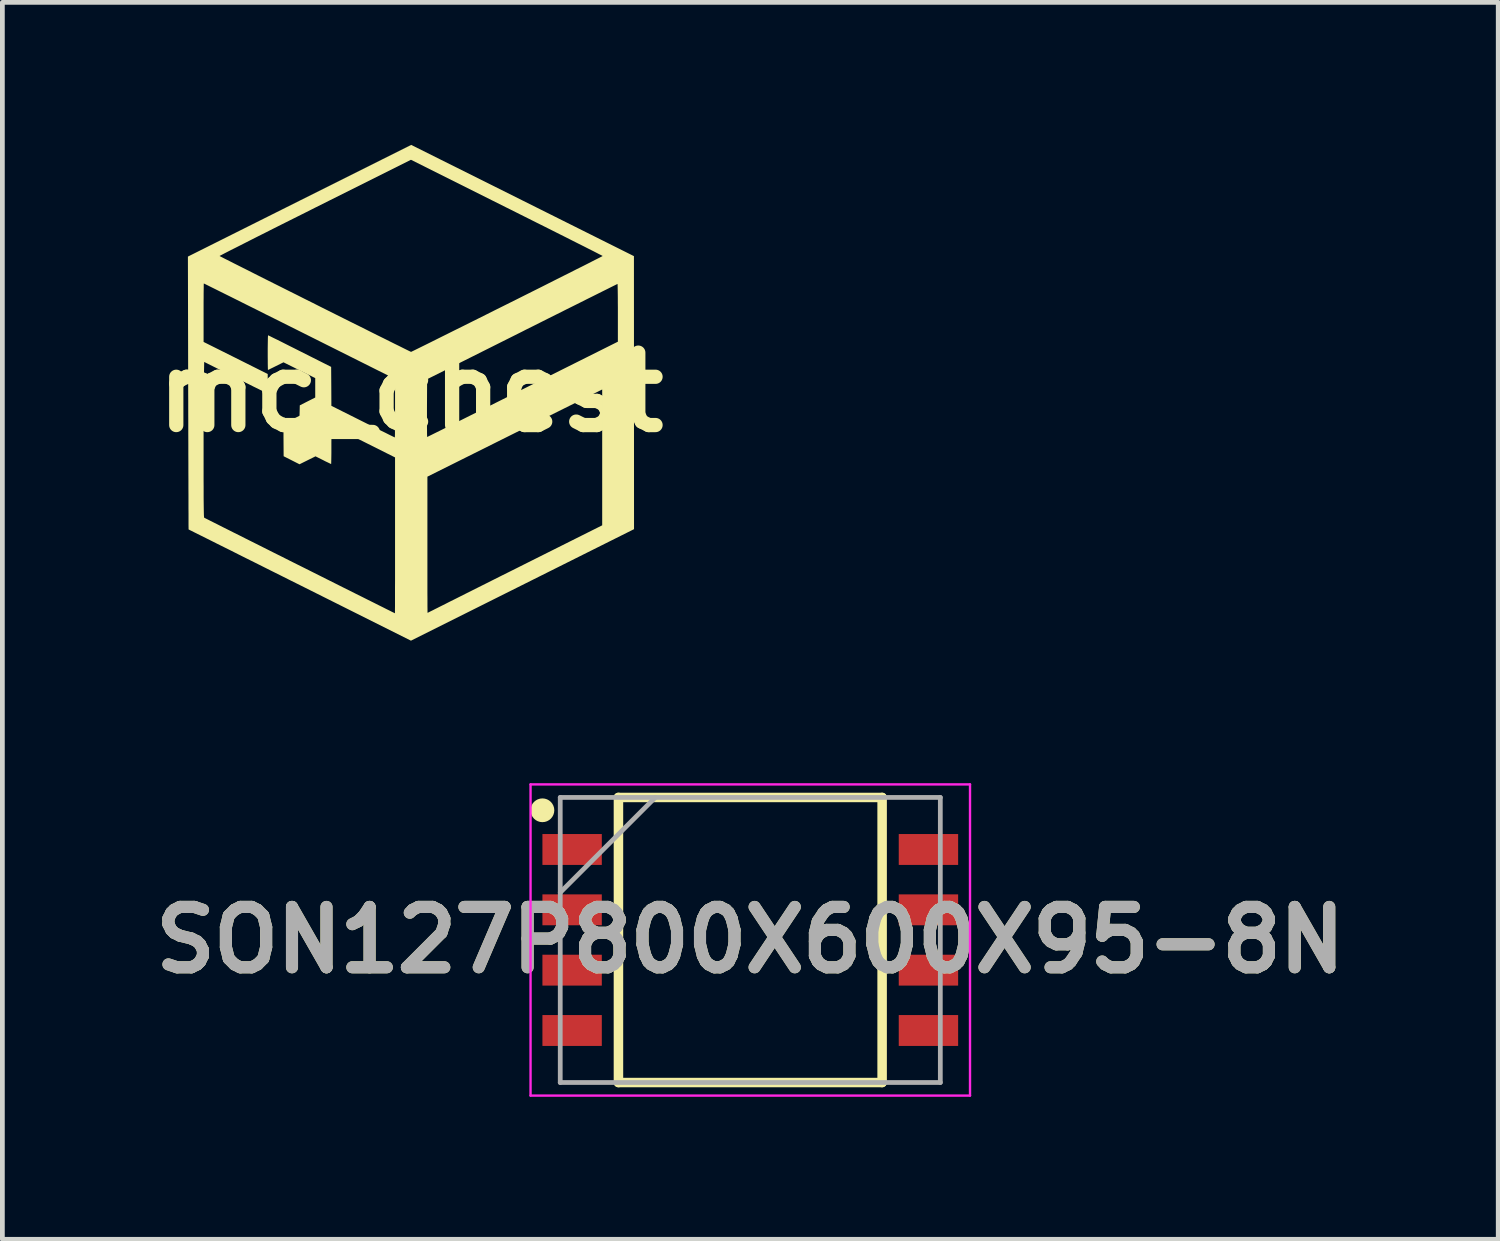
<source format=kicad_pcb>
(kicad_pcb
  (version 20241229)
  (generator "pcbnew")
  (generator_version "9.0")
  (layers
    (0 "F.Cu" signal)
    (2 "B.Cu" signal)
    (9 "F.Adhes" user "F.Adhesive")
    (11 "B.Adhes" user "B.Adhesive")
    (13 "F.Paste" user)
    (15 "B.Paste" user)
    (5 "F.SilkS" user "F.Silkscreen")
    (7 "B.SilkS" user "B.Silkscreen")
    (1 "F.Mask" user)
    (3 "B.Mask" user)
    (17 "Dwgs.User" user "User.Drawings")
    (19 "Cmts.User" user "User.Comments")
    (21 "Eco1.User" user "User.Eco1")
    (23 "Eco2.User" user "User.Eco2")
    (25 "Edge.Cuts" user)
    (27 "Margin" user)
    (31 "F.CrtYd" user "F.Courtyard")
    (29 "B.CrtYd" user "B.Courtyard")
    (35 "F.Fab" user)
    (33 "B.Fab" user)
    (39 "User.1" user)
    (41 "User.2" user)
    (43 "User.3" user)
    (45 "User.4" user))
  (footprint "mc_chest"
    (layer "F.Cu")
    (at 5.595 5.207)
    (property "Reference" "mc_chest" (at 0 0 0) (layer "F.SilkS") (effects (font (size 1.524 1.524) (thickness 0.3))))
    (attr board_only exclude_from_pos_files exclude_from_bom)
    (fp_poly (pts (xy 2.354 -4.037) (xy 4.698 -2.866) (xy 4.699 0.007) (xy 4.7 2.881) (xy 0.005 5.228) (xy -2.335 4.057) (xy -2.538 3.956) (xy -2.737 3.856) (xy -2.93 3.76) (xy -3.117 3.666) (xy -3.297 3.576) (xy -3.47 3.49) (xy -3.634 3.408) (xy -3.788 3.33) (xy -3.933 3.258) (xy -4.068 3.191) (xy -4.191 3.129) (xy -4.301 3.074) (xy -4.399 3.025) (xy -4.484 2.983) (xy -4.554 2.948) (xy -4.609 2.92) (xy -4.648 2.901) (xy -4.67 2.889) (xy -4.676 2.887) (xy -4.676 2.877) (xy -4.676 2.847) (xy -4.677 2.8) (xy -4.677 2.735) (xy -4.677 2.653) (xy -4.677 2.555) (xy -4.678 2.441) (xy -4.678 2.313) (xy -4.678 2.172) (xy -4.679 2.018) (xy -4.679 1.851) (xy -4.68 1.673) (xy -4.68 1.485) (xy -4.681 1.287) (xy -4.681 1.08) (xy -4.682 0.865) (xy -4.682 0.642) (xy -4.683 0.413) (xy -4.683 0.178) (xy -4.684 0.015) (xy -4.686 -1.06) (xy -4.36 -1.06) (xy -3.685 -0.723) (xy -3.01 -0.385) (xy -3.01 -0.183) (xy -3.01 -0.108) (xy -3.012 -0.05) (xy -3.014 -0.008) (xy -3.017 0.015) (xy -3.02 0.02) (xy -3.03 0.016) (xy -3.057 0.003) (xy -3.099 -0.017) (xy -3.155 -0.044) (xy -3.222 -0.078) (xy -3.301 -0.116) (xy -3.388 -0.16) (xy -3.484 -0.207) (xy -3.586 -0.258) (xy -3.688 -0.309) (xy -4.347 -0.639) (xy -4.353 -0.332) (xy -4.354 -0.283) (xy -4.355 -0.216) (xy -4.356 -0.132) (xy -4.356 -0.033) (xy -4.357 0.08) (xy -4.358 0.206) (xy -4.358 0.342) (xy -4.359 0.487) (xy -4.359 0.64) (xy -4.36 0.799) (xy -4.36 0.962) (xy -4.36 1.129) (xy -4.36 1.296) (xy -4.36 1.302) (xy -4.36 1.499) (xy -4.36 1.677) (xy -4.36 1.836) (xy -4.359 1.979) (xy -4.359 2.104) (xy -4.359 2.214) (xy -4.358 2.309) (xy -4.357 2.39) (xy -4.356 2.458) (xy -4.355 2.514) (xy -4.354 2.558) (xy -4.353 2.592) (xy -4.351 2.616) (xy -4.35 2.631) (xy -4.348 2.638) (xy -4.347 2.639) (xy -4.338 2.644) (xy -4.311 2.658) (xy -4.269 2.679) (xy -4.212 2.708) (xy -4.14 2.744) (xy -4.056 2.786) (xy -3.96 2.835) (xy -3.852 2.889) (xy -3.735 2.948) (xy -3.608 3.011) (xy -3.474 3.079) (xy -3.332 3.15) (xy -3.184 3.224) (xy -3.031 3.301) (xy -2.874 3.38) (xy -2.713 3.46) (xy -2.551 3.542) (xy -2.387 3.624) (xy -2.222 3.706) (xy -2.059 3.788) (xy -1.897 3.869) (xy -1.738 3.949) (xy -1.582 4.027) (xy -1.431 4.103) (xy -1.286 4.175) (xy -1.147 4.245) (xy -1.016 4.31) (xy -0.893 4.372) (xy -0.78 4.428) (xy -0.677 4.48) (xy -0.586 4.525) (xy -0.507 4.565) (xy -0.442 4.597) (xy -0.391 4.623) (xy -0.355 4.64) (xy -0.336 4.65) (xy -0.333 4.651) (xy -0.332 4.641) (xy -0.332 4.613) (xy -0.332 4.566) (xy -0.331 4.503) (xy -0.331 4.423) (xy -0.331 4.329) (xy -0.331 4.221) (xy -0.331 4.101) (xy -0.33 3.969) (xy -0.33 3.826) (xy -0.33 3.673) (xy -0.33 3.513) (xy -0.33 3.376) (xy 0.351 3.376) (xy 0.351 3.538) (xy 0.351 3.694) (xy 0.351 3.841) (xy 0.351 3.98) (xy 0.351 4.109) (xy 0.351 4.226) (xy 0.352 4.331) (xy 0.352 4.423) (xy 0.352 4.5) (xy 0.353 4.562) (xy 0.353 4.607) (xy 0.354 4.634) (xy 0.354 4.642) (xy 0.364 4.638) (xy 0.389 4.625) (xy 0.425 4.607) (xy 0.472 4.584) (xy 0.524 4.557) (xy 0.527 4.556) (xy 0.553 4.543) (xy 0.596 4.521) (xy 0.656 4.491) (xy 0.73 4.454) (xy 0.818 4.409) (xy 0.919 4.359) (xy 1.032 4.302) (xy 1.155 4.24) (xy 1.289 4.173) (xy 1.432 4.101) (xy 1.582 4.026) (xy 1.739 3.947) (xy 1.902 3.865) (xy 2.071 3.781) (xy 2.243 3.695) (xy 2.362 3.635) (xy 4.03 2.8) (xy 4.03 -0.059) (xy 2.191 0.858) (xy 0.351 1.776) (xy 0.351 3.209) (xy 0.351 3.376) (xy -0.33 3.376) (xy -0.33 3.344) (xy -0.33 3.169) (xy -0.33 3.011) (xy -0.33 1.371) (xy -0.99 1.04) (xy -1.097 0.987) (xy -1.199 0.936) (xy -1.295 0.889) (xy -1.382 0.845) (xy -1.46 0.807) (xy -1.527 0.774) (xy -1.583 0.747) (xy -1.624 0.727) (xy -1.65 0.714) (xy -1.66 0.71) (xy -1.663 0.72) (xy -1.665 0.75) (xy -1.667 0.799) (xy -1.669 0.866) (xy -1.669 0.952) (xy -1.67 1.056) (xy -1.67 1.11) (xy -1.67 1.198) (xy -1.67 1.278) (xy -1.671 1.35) (xy -1.672 1.412) (xy -1.673 1.46) (xy -1.674 1.493) (xy -1.675 1.509) (xy -1.675 1.511) (xy -1.685 1.506) (xy -1.71 1.494) (xy -1.747 1.476) (xy -1.794 1.454) (xy -1.842 1.429) (xy -2.004 1.348) (xy -2.341 1.515) (xy -2.675 1.346) (xy -2.678 0.938) (xy -2.678 0.826) (xy -2.678 0.732) (xy -2.677 0.655) (xy -2.676 0.596) (xy -2.674 0.555) (xy -2.672 0.534) (xy -2.67 0.53) (xy -2.659 0.534) (xy -2.632 0.546) (xy -2.594 0.564) (xy -2.547 0.587) (xy -2.503 0.609) (xy -2.345 0.688) (xy -2.335 0.275) (xy -2.172 0.192) (xy -2.01 0.11) (xy -2.01 -0.299) (xy -2.344 -0.465) (xy -2.678 -0.631) (xy -2.839 -0.551) (xy -2.891 -0.525) (xy -2.936 -0.503) (xy -2.972 -0.485) (xy -2.996 -0.474) (xy -3.005 -0.47) (xy -3.006 -0.48) (xy -3.007 -0.507) (xy -3.008 -0.55) (xy -3.009 -0.607) (xy -3.009 -0.674) (xy -3.01 -0.751) (xy -3.01 -0.834) (xy -3.01 -0.835) (xy -3.01 -0.919) (xy -3.009 -0.995) (xy -3.008 -1.063) (xy -3.007 -1.119) (xy -3.006 -1.162) (xy -3.004 -1.19) (xy -3.003 -1.2) (xy -3.002 -1.2) (xy -2.993 -1.195) (xy -2.966 -1.183) (xy -2.925 -1.162) (xy -2.87 -1.135) (xy -2.802 -1.102) (xy -2.724 -1.063) (xy -2.637 -1.019) (xy -2.542 -0.971) (xy -2.44 -0.92) (xy -2.335 -0.867) (xy -1.675 -0.535) (xy -1.672 -0.125) (xy -1.67 0.285) (xy -1.005 0.618) (xy -0.897 0.672) (xy -0.795 0.723) (xy -0.7 0.77) (xy -0.612 0.814) (xy -0.534 0.852) (xy -0.467 0.886) (xy -0.412 0.913) (xy -0.371 0.933) (xy -0.345 0.946) (xy -0.335 0.95) (xy -0.335 0.95) (xy -0.334 0.941) (xy -0.333 0.913) (xy -0.332 0.868) (xy -0.332 0.809) (xy -0.331 0.736) (xy -0.331 0.652) (xy -0.33 0.558) (xy -0.33 0.543) (xy 0.342 0.543) (xy 0.342 0.637) (xy 0.342 0.722) (xy 0.343 0.795) (xy 0.343 0.855) (xy 0.344 0.901) (xy 0.345 0.93) (xy 0.346 0.94) (xy 0.346 0.94) (xy 0.356 0.936) (xy 0.382 0.923) (xy 0.425 0.902) (xy 0.483 0.873) (xy 0.556 0.837) (xy 0.643 0.794) (xy 0.743 0.744) (xy 0.855 0.688) (xy 0.979 0.626) (xy 1.113 0.559) (xy 1.257 0.487) (xy 1.41 0.411) (xy 1.572 0.33) (xy 1.74 0.246) (xy 1.916 0.158) (xy 2.097 0.067) (xy 2.283 -0.026) (xy 2.356 -0.063) (xy 4.36 -1.065) (xy 4.36 -1.673) (xy 4.36 -1.781) (xy 4.359 -1.883) (xy 4.359 -1.978) (xy 4.358 -2.062) (xy 4.357 -2.135) (xy 4.356 -2.195) (xy 4.355 -2.241) (xy 4.354 -2.27) (xy 4.353 -2.28) (xy 4.353 -2.28) (xy 4.343 -2.276) (xy 4.316 -2.263) (xy 4.274 -2.242) (xy 4.215 -2.213) (xy 4.142 -2.176) (xy 4.055 -2.133) (xy 3.955 -2.083) (xy 3.843 -2.027) (xy 3.72 -1.966) (xy 3.585 -1.898) (xy 3.441 -1.826) (xy 3.288 -1.75) (xy 3.127 -1.669) (xy 2.958 -1.585) (xy 2.783 -1.497) (xy 2.602 -1.406) (xy 2.415 -1.313) (xy 2.345 -1.277) (xy 0.345 -0.275) (xy 0.342 0.333) (xy 0.342 0.441) (xy 0.342 0.543) (xy -0.33 0.543) (xy -0.33 0.456) (xy -0.33 0.348) (xy -0.33 0.335) (xy -0.33 -0.28) (xy -2.34 -1.286) (xy -2.528 -1.38) (xy -2.712 -1.472) (xy -2.89 -1.561) (xy -3.062 -1.646) (xy -3.226 -1.729) (xy -3.383 -1.807) (xy -3.531 -1.881) (xy -3.669 -1.95) (xy -3.797 -2.014) (xy -3.914 -2.072) (xy -4.019 -2.124) (xy -4.111 -2.17) (xy -4.19 -2.209) (xy -4.254 -2.241) (xy -4.304 -2.266) (xy -4.337 -2.282) (xy -4.353 -2.29) (xy -4.355 -2.291) (xy -4.356 -2.281) (xy -4.357 -2.253) (xy -4.357 -2.209) (xy -4.358 -2.149) (xy -4.359 -2.076) (xy -4.359 -1.992) (xy -4.36 -1.898) (xy -4.36 -1.796) (xy -4.36 -1.688) (xy -4.36 -1.676) (xy -4.36 -1.06) (xy -4.686 -1.06) (xy -4.69 -2.856) (xy -4.665 -2.869) (xy -4.023 -2.869) (xy -4.014 -2.863) (xy -3.988 -2.85) (xy -3.946 -2.828) (xy -3.889 -2.799) (xy -3.817 -2.763) (xy -3.733 -2.72) (xy -3.637 -2.672) (xy -3.53 -2.618) (xy -3.412 -2.559) (xy -3.286 -2.495) (xy -3.151 -2.427) (xy -3.01 -2.356) (xy -2.862 -2.282) (xy -2.708 -2.205) (xy -2.551 -2.126) (xy -2.39 -2.046) (xy -2.228 -1.964) (xy -2.063 -1.882) (xy -1.899 -1.799) (xy -1.735 -1.717) (xy -1.573 -1.636) (xy -1.413 -1.556) (xy -1.257 -1.478) (xy -1.105 -1.403) (xy -0.959 -1.33) (xy -0.82 -1.26) (xy -0.688 -1.194) (xy -0.564 -1.133) (xy -0.45 -1.076) (xy -0.346 -1.024) (xy -0.254 -0.979) (xy -0.174 -0.939) (xy -0.108 -0.906) (xy -0.055 -0.88) (xy -0.018 -0.862) (xy 0.002 -0.853) (xy 0.007 -0.851) (xy 0.017 -0.855) (xy 0.044 -0.868) (xy 0.087 -0.889) (xy 0.146 -0.918) (xy 0.219 -0.954) (xy 0.306 -0.997) (xy 0.407 -1.047) (xy 0.519 -1.103) (xy 0.643 -1.165) (xy 0.778 -1.232) (xy 0.922 -1.304) (xy 1.076 -1.38) (xy 1.238 -1.461) (xy 1.407 -1.545) (xy 1.583 -1.633) (xy 1.764 -1.724) (xy 1.951 -1.817) (xy 2.029 -1.856) (xy 2.218 -1.95) (xy 2.401 -2.042) (xy 2.579 -2.131) (xy 2.751 -2.217) (xy 2.915 -2.3) (xy 3.072 -2.379) (xy 3.219 -2.453) (xy 3.358 -2.522) (xy 3.485 -2.587) (xy 3.602 -2.645) (xy 3.707 -2.698) (xy 3.799 -2.745) (xy 3.877 -2.785) (xy 3.941 -2.817) (xy 3.99 -2.842) (xy 4.022 -2.859) (xy 4.038 -2.868) (xy 4.04 -2.869) (xy 4.031 -2.874) (xy 4.005 -2.888) (xy 3.963 -2.909) (xy 3.905 -2.939) (xy 3.833 -2.976) (xy 3.747 -3.019) (xy 3.647 -3.07) (xy 3.535 -3.126) (xy 3.412 -3.188) (xy 3.278 -3.256) (xy 3.134 -3.328) (xy 2.981 -3.405) (xy 2.82 -3.486) (xy 2.651 -3.57) (xy 2.476 -3.658) (xy 2.294 -3.749) (xy 2.107 -3.843) (xy 2.022 -3.885) (xy 0.005 -4.894) (xy -2.012 -3.886) (xy -2.2 -3.791) (xy -2.384 -3.699) (xy -2.562 -3.61) (xy -2.734 -3.524) (xy -2.899 -3.441) (xy -3.055 -3.362) (xy -3.203 -3.288) (xy -3.341 -3.218) (xy -3.469 -3.153) (xy -3.585 -3.094) (xy -3.69 -3.041) (xy -3.782 -2.995) (xy -3.86 -2.955) (xy -3.924 -2.922) (xy -3.973 -2.896) (xy -4.006 -2.879) (xy -4.022 -2.87) (xy -4.023 -2.869) (xy -4.665 -2.869) (xy -2.34 -4.032) (xy 0.01 -5.207)) (stroke (width 0) (type solid)) (fill yes) (layer "F.SilkS")))
  (footprint "SON127P800X600X95-8N"
    (layer "F.Cu")
    (at 12.742 16.735)
    (property "Reference" "SON127P800X600X95-8N" (at 0 0 0) (layer "F.SilkS") (effects (font (size 1.27 1.27) (thickness 0.254))))
    (attr smd)
    (fp_line (start -2.775 -3) (end 2.775 -3) (stroke (width 0.2) (type solid)) (layer "F.SilkS"))
    (fp_line (start -2.775 3) (end -2.775 -3) (stroke (width 0.2) (type solid)) (layer "F.SilkS"))
    (fp_line (start 2.775 -3) (end 2.775 3) (stroke (width 0.2) (type solid)) (layer "F.SilkS"))
    (fp_line (start 2.775 3) (end -2.775 3) (stroke (width 0.2) (type solid)) (layer "F.SilkS"))
    (fp_circle (center -4.375 -2.73) (end -4.375 -2.605) (stroke (width 0.25) (type solid)) (fill no) (layer "F.SilkS"))
    (fp_line (start -4.625 -3.275) (end 4.625 -3.275) (stroke (width 0.05) (type solid)) (layer "F.CrtYd"))
    (fp_line (start -4.625 3.275) (end -4.625 -3.275) (stroke (width 0.05) (type solid)) (layer "F.CrtYd"))
    (fp_line (start 4.625 -3.275) (end 4.625 3.275) (stroke (width 0.05) (type solid)) (layer "F.CrtYd"))
    (fp_line (start 4.625 3.275) (end -4.625 3.275) (stroke (width 0.05) (type solid)) (layer "F.CrtYd"))
    (fp_line (start -4 -3) (end 4 -3) (stroke (width 0.1) (type solid)) (layer "F.Fab"))
    (fp_line (start -4 -1) (end -2 -3) (stroke (width 0.1) (type solid)) (layer "F.Fab"))
    (fp_line (start -4 3) (end -4 -3) (stroke (width 0.1) (type solid)) (layer "F.Fab"))
    (fp_line (start 4 -3) (end 4 3) (stroke (width 0.1) (type solid)) (layer "F.Fab"))
    (fp_line (start 4 3) (end -4 3) (stroke (width 0.1) (type solid)) (layer "F.Fab"))
    (fp_text user "${REFERENCE}" (at 0 0 0) (layer "F.Fab") (effects (font (size 1.27 1.27) (thickness 0.254))))
    (pad "1" smd rect (at -3.75 -1.905 90) (size 0.65 1.25) (layers "F.Cu" "F.Mask" "F.Paste"))
    (pad "2" smd rect (at -3.75 -0.635 90) (size 0.65 1.25) (layers "F.Cu" "F.Mask" "F.Paste"))
    (pad "3" smd rect (at -3.75 0.635 90) (size 0.65 1.25) (layers "F.Cu" "F.Mask" "F.Paste"))
    (pad "4" smd rect (at -3.75 1.905 90) (size 0.65 1.25) (layers "F.Cu" "F.Mask" "F.Paste"))
    (pad "5" smd rect (at 3.75 1.905 90) (size 0.65 1.25) (layers "F.Cu" "F.Mask" "F.Paste"))
    (pad "6" smd rect (at 3.75 0.635 90) (size 0.65 1.25) (layers "F.Cu" "F.Mask" "F.Paste"))
    (pad "7" smd rect (at 3.75 -0.635 90) (size 0.65 1.25) (layers "F.Cu" "F.Mask" "F.Paste"))
    (pad "8" smd rect (at 3.75 -1.905 90) (size 0.65 1.25) (layers "F.Cu" "F.Mask" "F.Paste")))
  (gr_rect
    (start -3 -3)
    (end 28.485 23.035)
    (stroke (width 0.1) (type default))
    (fill no)
    (layer "Edge.Cuts")))
</source>
